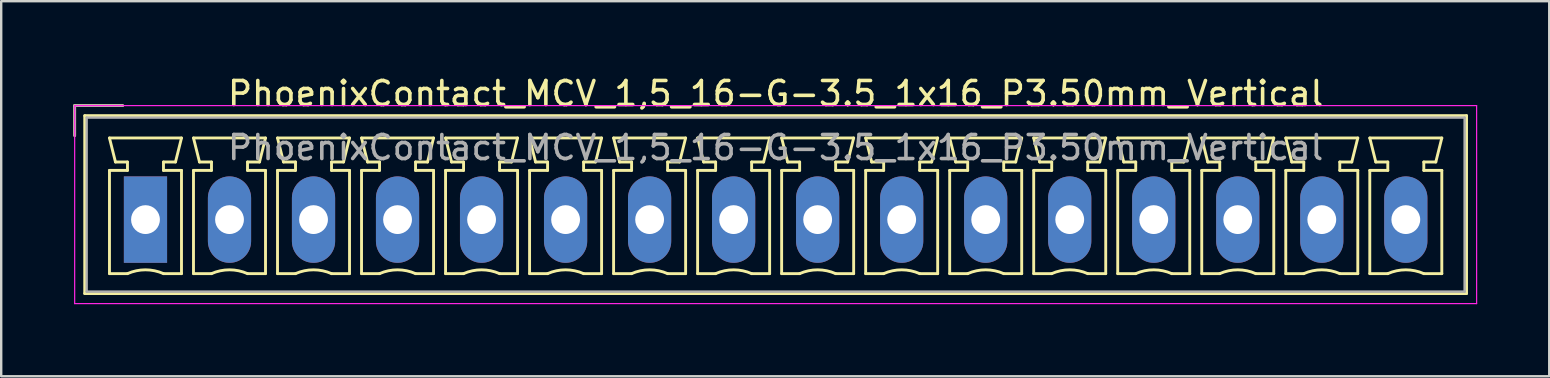
<source format=kicad_pcb>
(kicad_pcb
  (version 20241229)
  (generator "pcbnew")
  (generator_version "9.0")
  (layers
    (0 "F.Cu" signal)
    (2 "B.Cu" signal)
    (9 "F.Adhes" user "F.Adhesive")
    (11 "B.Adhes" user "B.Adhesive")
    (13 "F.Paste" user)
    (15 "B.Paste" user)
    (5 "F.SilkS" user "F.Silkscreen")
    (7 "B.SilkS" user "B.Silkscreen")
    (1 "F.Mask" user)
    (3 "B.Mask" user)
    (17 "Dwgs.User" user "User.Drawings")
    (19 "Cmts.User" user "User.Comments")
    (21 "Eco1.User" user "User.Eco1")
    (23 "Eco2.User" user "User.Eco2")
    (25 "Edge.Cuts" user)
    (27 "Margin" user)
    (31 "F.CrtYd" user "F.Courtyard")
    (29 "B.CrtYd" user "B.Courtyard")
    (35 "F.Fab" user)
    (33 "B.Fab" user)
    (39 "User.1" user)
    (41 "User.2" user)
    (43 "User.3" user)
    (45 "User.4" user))
  (footprint "PhoenixContact_MCV_1,5_16-G-3.5_1x16_P3.50mm_Vertical"
    (layer "F.Cu")
    (at 3.01 6.098)
    (property "Reference" "PhoenixContact_MCV_1,5_16-G-3.5_1x16_P3.50mm_Vertical" (at 26.25 -5.25 0) (layer "F.SilkS") (effects (font (size 1 1) (thickness 0.15))))
    (attr through_hole)
    (fp_line (start -2.95 -4.75) (end -0.95 -4.75) (stroke (width 0.12) (type solid)) (layer "F.SilkS"))
    (fp_line (start -2.95 -3.5) (end -2.95 -4.75) (stroke (width 0.12) (type solid)) (layer "F.SilkS"))
    (fp_line (start -2.53 -4.33) (end -2.53 3.08) (stroke (width 0.12) (type solid)) (layer "F.SilkS"))
    (fp_line (start -2.53 3.08) (end 55.03 3.08) (stroke (width 0.12) (type solid)) (layer "F.SilkS"))
    (fp_line (start -1.5 -3.4) (end 1.5 -3.4) (stroke (width 0.12) (type solid)) (layer "F.SilkS"))
    (fp_line (start -1.5 -2.05) (end -0.75 -2.05) (stroke (width 0.12) (type solid)) (layer "F.SilkS"))
    (fp_line (start -1.5 2.25) (end -1.5 -2.05) (stroke (width 0.12) (type solid)) (layer "F.SilkS"))
    (fp_line (start -1.25 -2.4) (end -1.5 -3.4) (stroke (width 0.12) (type solid)) (layer "F.SilkS"))
    (fp_line (start -0.75 -2.4) (end -1.25 -2.4) (stroke (width 0.12) (type solid)) (layer "F.SilkS"))
    (fp_line (start -0.75 -2.05) (end -0.75 -2.4) (stroke (width 0.12) (type solid)) (layer "F.SilkS"))
    (fp_line (start -0.75 2.25) (end -1.5 2.25) (stroke (width 0.12) (type solid)) (layer "F.SilkS"))
    (fp_line (start 0.75 -2.4) (end 0.75 -2.05) (stroke (width 0.12) (type solid)) (layer "F.SilkS"))
    (fp_line (start 0.75 -2.05) (end 1.5 -2.05) (stroke (width 0.12) (type solid)) (layer "F.SilkS"))
    (fp_line (start 1.25 -2.4) (end 0.75 -2.4) (stroke (width 0.12) (type solid)) (layer "F.SilkS"))
    (fp_line (start 1.5 -3.4) (end 1.25 -2.4) (stroke (width 0.12) (type solid)) (layer "F.SilkS"))
    (fp_line (start 1.5 -2.05) (end 1.5 2.25) (stroke (width 0.12) (type solid)) (layer "F.SilkS"))
    (fp_line (start 1.5 2.25) (end 0.75 2.25) (stroke (width 0.12) (type solid)) (layer "F.SilkS"))
    (fp_line (start 2 -3.4) (end 5 -3.4) (stroke (width 0.12) (type solid)) (layer "F.SilkS"))
    (fp_line (start 2 -2.05) (end 2.75 -2.05) (stroke (width 0.12) (type solid)) (layer "F.SilkS"))
    (fp_line (start 2 2.25) (end 2 -2.05) (stroke (width 0.12) (type solid)) (layer "F.SilkS"))
    (fp_line (start 2.25 -2.4) (end 2 -3.4) (stroke (width 0.12) (type solid)) (layer "F.SilkS"))
    (fp_line (start 2.75 -2.4) (end 2.25 -2.4) (stroke (width 0.12) (type solid)) (layer "F.SilkS"))
    (fp_line (start 2.75 -2.05) (end 2.75 -2.4) (stroke (width 0.12) (type solid)) (layer "F.SilkS"))
    (fp_line (start 2.75 2.25) (end 2 2.25) (stroke (width 0.12) (type solid)) (layer "F.SilkS"))
    (fp_line (start 4.25 -2.4) (end 4.25 -2.05) (stroke (width 0.12) (type solid)) (layer "F.SilkS"))
    (fp_line (start 4.25 -2.05) (end 5 -2.05) (stroke (width 0.12) (type solid)) (layer "F.SilkS"))
    (fp_line (start 4.75 -2.4) (end 4.25 -2.4) (stroke (width 0.12) (type solid)) (layer "F.SilkS"))
    (fp_line (start 5 -3.4) (end 4.75 -2.4) (stroke (width 0.12) (type solid)) (layer "F.SilkS"))
    (fp_line (start 5 -2.05) (end 5 2.25) (stroke (width 0.12) (type solid)) (layer "F.SilkS"))
    (fp_line (start 5 2.25) (end 4.25 2.25) (stroke (width 0.12) (type solid)) (layer "F.SilkS"))
    (fp_line (start 5.5 -3.4) (end 8.5 -3.4) (stroke (width 0.12) (type solid)) (layer "F.SilkS"))
    (fp_line (start 5.5 -2.05) (end 6.25 -2.05) (stroke (width 0.12) (type solid)) (layer "F.SilkS"))
    (fp_line (start 5.5 2.25) (end 5.5 -2.05) (stroke (width 0.12) (type solid)) (layer "F.SilkS"))
    (fp_line (start 5.75 -2.4) (end 5.5 -3.4) (stroke (width 0.12) (type solid)) (layer "F.SilkS"))
    (fp_line (start 6.25 -2.4) (end 5.75 -2.4) (stroke (width 0.12) (type solid)) (layer "F.SilkS"))
    (fp_line (start 6.25 -2.05) (end 6.25 -2.4) (stroke (width 0.12) (type solid)) (layer "F.SilkS"))
    (fp_line (start 6.25 2.25) (end 5.5 2.25) (stroke (width 0.12) (type solid)) (layer "F.SilkS"))
    (fp_line (start 7.75 -2.4) (end 7.75 -2.05) (stroke (width 0.12) (type solid)) (layer "F.SilkS"))
    (fp_line (start 7.75 -2.05) (end 8.5 -2.05) (stroke (width 0.12) (type solid)) (layer "F.SilkS"))
    (fp_line (start 8.25 -2.4) (end 7.75 -2.4) (stroke (width 0.12) (type solid)) (layer "F.SilkS"))
    (fp_line (start 8.5 -3.4) (end 8.25 -2.4) (stroke (width 0.12) (type solid)) (layer "F.SilkS"))
    (fp_line (start 8.5 -2.05) (end 8.5 2.25) (stroke (width 0.12) (type solid)) (layer "F.SilkS"))
    (fp_line (start 8.5 2.25) (end 7.75 2.25) (stroke (width 0.12) (type solid)) (layer "F.SilkS"))
    (fp_line (start 9 -3.4) (end 12 -3.4) (stroke (width 0.12) (type solid)) (layer "F.SilkS"))
    (fp_line (start 9 -2.05) (end 9.75 -2.05) (stroke (width 0.12) (type solid)) (layer "F.SilkS"))
    (fp_line (start 9 2.25) (end 9 -2.05) (stroke (width 0.12) (type solid)) (layer "F.SilkS"))
    (fp_line (start 9.25 -2.4) (end 9 -3.4) (stroke (width 0.12) (type solid)) (layer "F.SilkS"))
    (fp_line (start 9.75 -2.4) (end 9.25 -2.4) (stroke (width 0.12) (type solid)) (layer "F.SilkS"))
    (fp_line (start 9.75 -2.05) (end 9.75 -2.4) (stroke (width 0.12) (type solid)) (layer "F.SilkS"))
    (fp_line (start 9.75 2.25) (end 9 2.25) (stroke (width 0.12) (type solid)) (layer "F.SilkS"))
    (fp_line (start 11.25 -2.4) (end 11.25 -2.05) (stroke (width 0.12) (type solid)) (layer "F.SilkS"))
    (fp_line (start 11.25 -2.05) (end 12 -2.05) (stroke (width 0.12) (type solid)) (layer "F.SilkS"))
    (fp_line (start 11.75 -2.4) (end 11.25 -2.4) (stroke (width 0.12) (type solid)) (layer "F.SilkS"))
    (fp_line (start 12 -3.4) (end 11.75 -2.4) (stroke (width 0.12) (type solid)) (layer "F.SilkS"))
    (fp_line (start 12 -2.05) (end 12 2.25) (stroke (width 0.12) (type solid)) (layer "F.SilkS"))
    (fp_line (start 12 2.25) (end 11.25 2.25) (stroke (width 0.12) (type solid)) (layer "F.SilkS"))
    (fp_line (start 12.5 -3.4) (end 15.5 -3.4) (stroke (width 0.12) (type solid)) (layer "F.SilkS"))
    (fp_line (start 12.5 -2.05) (end 13.25 -2.05) (stroke (width 0.12) (type solid)) (layer "F.SilkS"))
    (fp_line (start 12.5 2.25) (end 12.5 -2.05) (stroke (width 0.12) (type solid)) (layer "F.SilkS"))
    (fp_line (start 12.75 -2.4) (end 12.5 -3.4) (stroke (width 0.12) (type solid)) (layer "F.SilkS"))
    (fp_line (start 13.25 -2.4) (end 12.75 -2.4) (stroke (width 0.12) (type solid)) (layer "F.SilkS"))
    (fp_line (start 13.25 -2.05) (end 13.25 -2.4) (stroke (width 0.12) (type solid)) (layer "F.SilkS"))
    (fp_line (start 13.25 2.25) (end 12.5 2.25) (stroke (width 0.12) (type solid)) (layer "F.SilkS"))
    (fp_line (start 14.75 -2.4) (end 14.75 -2.05) (stroke (width 0.12) (type solid)) (layer "F.SilkS"))
    (fp_line (start 14.75 -2.05) (end 15.5 -2.05) (stroke (width 0.12) (type solid)) (layer "F.SilkS"))
    (fp_line (start 15.25 -2.4) (end 14.75 -2.4) (stroke (width 0.12) (type solid)) (layer "F.SilkS"))
    (fp_line (start 15.5 -3.4) (end 15.25 -2.4) (stroke (width 0.12) (type solid)) (layer "F.SilkS"))
    (fp_line (start 15.5 -2.05) (end 15.5 2.25) (stroke (width 0.12) (type solid)) (layer "F.SilkS"))
    (fp_line (start 15.5 2.25) (end 14.75 2.25) (stroke (width 0.12) (type solid)) (layer "F.SilkS"))
    (fp_line (start 16 -3.4) (end 19 -3.4) (stroke (width 0.12) (type solid)) (layer "F.SilkS"))
    (fp_line (start 16 -2.05) (end 16.75 -2.05) (stroke (width 0.12) (type solid)) (layer "F.SilkS"))
    (fp_line (start 16 2.25) (end 16 -2.05) (stroke (width 0.12) (type solid)) (layer "F.SilkS"))
    (fp_line (start 16.25 -2.4) (end 16 -3.4) (stroke (width 0.12) (type solid)) (layer "F.SilkS"))
    (fp_line (start 16.75 -2.4) (end 16.25 -2.4) (stroke (width 0.12) (type solid)) (layer "F.SilkS"))
    (fp_line (start 16.75 -2.05) (end 16.75 -2.4) (stroke (width 0.12) (type solid)) (layer "F.SilkS"))
    (fp_line (start 16.75 2.25) (end 16 2.25) (stroke (width 0.12) (type solid)) (layer "F.SilkS"))
    (fp_line (start 18.25 -2.4) (end 18.25 -2.05) (stroke (width 0.12) (type solid)) (layer "F.SilkS"))
    (fp_line (start 18.25 -2.05) (end 19 -2.05) (stroke (width 0.12) (type solid)) (layer "F.SilkS"))
    (fp_line (start 18.75 -2.4) (end 18.25 -2.4) (stroke (width 0.12) (type solid)) (layer "F.SilkS"))
    (fp_line (start 19 -3.4) (end 18.75 -2.4) (stroke (width 0.12) (type solid)) (layer "F.SilkS"))
    (fp_line (start 19 -2.05) (end 19 2.25) (stroke (width 0.12) (type solid)) (layer "F.SilkS"))
    (fp_line (start 19 2.25) (end 18.25 2.25) (stroke (width 0.12) (type solid)) (layer "F.SilkS"))
    (fp_line (start 19.5 -3.4) (end 22.5 -3.4) (stroke (width 0.12) (type solid)) (layer "F.SilkS"))
    (fp_line (start 19.5 -2.05) (end 20.25 -2.05) (stroke (width 0.12) (type solid)) (layer "F.SilkS"))
    (fp_line (start 19.5 2.25) (end 19.5 -2.05) (stroke (width 0.12) (type solid)) (layer "F.SilkS"))
    (fp_line (start 19.75 -2.4) (end 19.5 -3.4) (stroke (width 0.12) (type solid)) (layer "F.SilkS"))
    (fp_line (start 20.25 -2.4) (end 19.75 -2.4) (stroke (width 0.12) (type solid)) (layer "F.SilkS"))
    (fp_line (start 20.25 -2.05) (end 20.25 -2.4) (stroke (width 0.12) (type solid)) (layer "F.SilkS"))
    (fp_line (start 20.25 2.25) (end 19.5 2.25) (stroke (width 0.12) (type solid)) (layer "F.SilkS"))
    (fp_line (start 21.75 -2.4) (end 21.75 -2.05) (stroke (width 0.12) (type solid)) (layer "F.SilkS"))
    (fp_line (start 21.75 -2.05) (end 22.5 -2.05) (stroke (width 0.12) (type solid)) (layer "F.SilkS"))
    (fp_line (start 22.25 -2.4) (end 21.75 -2.4) (stroke (width 0.12) (type solid)) (layer "F.SilkS"))
    (fp_line (start 22.5 -3.4) (end 22.25 -2.4) (stroke (width 0.12) (type solid)) (layer "F.SilkS"))
    (fp_line (start 22.5 -2.05) (end 22.5 2.25) (stroke (width 0.12) (type solid)) (layer "F.SilkS"))
    (fp_line (start 22.5 2.25) (end 21.75 2.25) (stroke (width 0.12) (type solid)) (layer "F.SilkS"))
    (fp_line (start 23 -3.4) (end 26 -3.4) (stroke (width 0.12) (type solid)) (layer "F.SilkS"))
    (fp_line (start 23 -2.05) (end 23.75 -2.05) (stroke (width 0.12) (type solid)) (layer "F.SilkS"))
    (fp_line (start 23 2.25) (end 23 -2.05) (stroke (width 0.12) (type solid)) (layer "F.SilkS"))
    (fp_line (start 23.25 -2.4) (end 23 -3.4) (stroke (width 0.12) (type solid)) (layer "F.SilkS"))
    (fp_line (start 23.75 -2.4) (end 23.25 -2.4) (stroke (width 0.12) (type solid)) (layer "F.SilkS"))
    (fp_line (start 23.75 -2.05) (end 23.75 -2.4) (stroke (width 0.12) (type solid)) (layer "F.SilkS"))
    (fp_line (start 23.75 2.25) (end 23 2.25) (stroke (width 0.12) (type solid)) (layer "F.SilkS"))
    (fp_line (start 25.25 -2.4) (end 25.25 -2.05) (stroke (width 0.12) (type solid)) (layer "F.SilkS"))
    (fp_line (start 25.25 -2.05) (end 26 -2.05) (stroke (width 0.12) (type solid)) (layer "F.SilkS"))
    (fp_line (start 25.75 -2.4) (end 25.25 -2.4) (stroke (width 0.12) (type solid)) (layer "F.SilkS"))
    (fp_line (start 26 -3.4) (end 25.75 -2.4) (stroke (width 0.12) (type solid)) (layer "F.SilkS"))
    (fp_line (start 26 -2.05) (end 26 2.25) (stroke (width 0.12) (type solid)) (layer "F.SilkS"))
    (fp_line (start 26 2.25) (end 25.25 2.25) (stroke (width 0.12) (type solid)) (layer "F.SilkS"))
    (fp_line (start 26.5 -3.4) (end 29.5 -3.4) (stroke (width 0.12) (type solid)) (layer "F.SilkS"))
    (fp_line (start 26.5 -2.05) (end 27.25 -2.05) (stroke (width 0.12) (type solid)) (layer "F.SilkS"))
    (fp_line (start 26.5 2.25) (end 26.5 -2.05) (stroke (width 0.12) (type solid)) (layer "F.SilkS"))
    (fp_line (start 26.75 -2.4) (end 26.5 -3.4) (stroke (width 0.12) (type solid)) (layer "F.SilkS"))
    (fp_line (start 27.25 -2.4) (end 26.75 -2.4) (stroke (width 0.12) (type solid)) (layer "F.SilkS"))
    (fp_line (start 27.25 -2.05) (end 27.25 -2.4) (stroke (width 0.12) (type solid)) (layer "F.SilkS"))
    (fp_line (start 27.25 2.25) (end 26.5 2.25) (stroke (width 0.12) (type solid)) (layer "F.SilkS"))
    (fp_line (start 28.75 -2.4) (end 28.75 -2.05) (stroke (width 0.12) (type solid)) (layer "F.SilkS"))
    (fp_line (start 28.75 -2.05) (end 29.5 -2.05) (stroke (width 0.12) (type solid)) (layer "F.SilkS"))
    (fp_line (start 29.25 -2.4) (end 28.75 -2.4) (stroke (width 0.12) (type solid)) (layer "F.SilkS"))
    (fp_line (start 29.5 -3.4) (end 29.25 -2.4) (stroke (width 0.12) (type solid)) (layer "F.SilkS"))
    (fp_line (start 29.5 -2.05) (end 29.5 2.25) (stroke (width 0.12) (type solid)) (layer "F.SilkS"))
    (fp_line (start 29.5 2.25) (end 28.75 2.25) (stroke (width 0.12) (type solid)) (layer "F.SilkS"))
    (fp_line (start 30 -3.4) (end 33 -3.4) (stroke (width 0.12) (type solid)) (layer "F.SilkS"))
    (fp_line (start 30 -2.05) (end 30.75 -2.05) (stroke (width 0.12) (type solid)) (layer "F.SilkS"))
    (fp_line (start 30 2.25) (end 30 -2.05) (stroke (width 0.12) (type solid)) (layer "F.SilkS"))
    (fp_line (start 30.25 -2.4) (end 30 -3.4) (stroke (width 0.12) (type solid)) (layer "F.SilkS"))
    (fp_line (start 30.75 -2.4) (end 30.25 -2.4) (stroke (width 0.12) (type solid)) (layer "F.SilkS"))
    (fp_line (start 30.75 -2.05) (end 30.75 -2.4) (stroke (width 0.12) (type solid)) (layer "F.SilkS"))
    (fp_line (start 30.75 2.25) (end 30 2.25) (stroke (width 0.12) (type solid)) (layer "F.SilkS"))
    (fp_line (start 32.25 -2.4) (end 32.25 -2.05) (stroke (width 0.12) (type solid)) (layer "F.SilkS"))
    (fp_line (start 32.25 -2.05) (end 33 -2.05) (stroke (width 0.12) (type solid)) (layer "F.SilkS"))
    (fp_line (start 32.75 -2.4) (end 32.25 -2.4) (stroke (width 0.12) (type solid)) (layer "F.SilkS"))
    (fp_line (start 33 -3.4) (end 32.75 -2.4) (stroke (width 0.12) (type solid)) (layer "F.SilkS"))
    (fp_line (start 33 -2.05) (end 33 2.25) (stroke (width 0.12) (type solid)) (layer "F.SilkS"))
    (fp_line (start 33 2.25) (end 32.25 2.25) (stroke (width 0.12) (type solid)) (layer "F.SilkS"))
    (fp_line (start 33.5 -3.4) (end 36.5 -3.4) (stroke (width 0.12) (type solid)) (layer "F.SilkS"))
    (fp_line (start 33.5 -2.05) (end 34.25 -2.05) (stroke (width 0.12) (type solid)) (layer "F.SilkS"))
    (fp_line (start 33.5 2.25) (end 33.5 -2.05) (stroke (width 0.12) (type solid)) (layer "F.SilkS"))
    (fp_line (start 33.75 -2.4) (end 33.5 -3.4) (stroke (width 0.12) (type solid)) (layer "F.SilkS"))
    (fp_line (start 34.25 -2.4) (end 33.75 -2.4) (stroke (width 0.12) (type solid)) (layer "F.SilkS"))
    (fp_line (start 34.25 -2.05) (end 34.25 -2.4) (stroke (width 0.12) (type solid)) (layer "F.SilkS"))
    (fp_line (start 34.25 2.25) (end 33.5 2.25) (stroke (width 0.12) (type solid)) (layer "F.SilkS"))
    (fp_line (start 35.75 -2.4) (end 35.75 -2.05) (stroke (width 0.12) (type solid)) (layer "F.SilkS"))
    (fp_line (start 35.75 -2.05) (end 36.5 -2.05) (stroke (width 0.12) (type solid)) (layer "F.SilkS"))
    (fp_line (start 36.25 -2.4) (end 35.75 -2.4) (stroke (width 0.12) (type solid)) (layer "F.SilkS"))
    (fp_line (start 36.5 -3.4) (end 36.25 -2.4) (stroke (width 0.12) (type solid)) (layer "F.SilkS"))
    (fp_line (start 36.5 -2.05) (end 36.5 2.25) (stroke (width 0.12) (type solid)) (layer "F.SilkS"))
    (fp_line (start 36.5 2.25) (end 35.75 2.25) (stroke (width 0.12) (type solid)) (layer "F.SilkS"))
    (fp_line (start 37 -3.4) (end 40 -3.4) (stroke (width 0.12) (type solid)) (layer "F.SilkS"))
    (fp_line (start 37 -2.05) (end 37.75 -2.05) (stroke (width 0.12) (type solid)) (layer "F.SilkS"))
    (fp_line (start 37 2.25) (end 37 -2.05) (stroke (width 0.12) (type solid)) (layer "F.SilkS"))
    (fp_line (start 37.25 -2.4) (end 37 -3.4) (stroke (width 0.12) (type solid)) (layer "F.SilkS"))
    (fp_line (start 37.75 -2.4) (end 37.25 -2.4) (stroke (width 0.12) (type solid)) (layer "F.SilkS"))
    (fp_line (start 37.75 -2.05) (end 37.75 -2.4) (stroke (width 0.12) (type solid)) (layer "F.SilkS"))
    (fp_line (start 37.75 2.25) (end 37 2.25) (stroke (width 0.12) (type solid)) (layer "F.SilkS"))
    (fp_line (start 39.25 -2.4) (end 39.25 -2.05) (stroke (width 0.12) (type solid)) (layer "F.SilkS"))
    (fp_line (start 39.25 -2.05) (end 40 -2.05) (stroke (width 0.12) (type solid)) (layer "F.SilkS"))
    (fp_line (start 39.75 -2.4) (end 39.25 -2.4) (stroke (width 0.12) (type solid)) (layer "F.SilkS"))
    (fp_line (start 40 -3.4) (end 39.75 -2.4) (stroke (width 0.12) (type solid)) (layer "F.SilkS"))
    (fp_line (start 40 -2.05) (end 40 2.25) (stroke (width 0.12) (type solid)) (layer "F.SilkS"))
    (fp_line (start 40 2.25) (end 39.25 2.25) (stroke (width 0.12) (type solid)) (layer "F.SilkS"))
    (fp_line (start 40.5 -3.4) (end 43.5 -3.4) (stroke (width 0.12) (type solid)) (layer "F.SilkS"))
    (fp_line (start 40.5 -2.05) (end 41.25 -2.05) (stroke (width 0.12) (type solid)) (layer "F.SilkS"))
    (fp_line (start 40.5 2.25) (end 40.5 -2.05) (stroke (width 0.12) (type solid)) (layer "F.SilkS"))
    (fp_line (start 40.75 -2.4) (end 40.5 -3.4) (stroke (width 0.12) (type solid)) (layer "F.SilkS"))
    (fp_line (start 41.25 -2.4) (end 40.75 -2.4) (stroke (width 0.12) (type solid)) (layer "F.SilkS"))
    (fp_line (start 41.25 -2.05) (end 41.25 -2.4) (stroke (width 0.12) (type solid)) (layer "F.SilkS"))
    (fp_line (start 41.25 2.25) (end 40.5 2.25) (stroke (width 0.12) (type solid)) (layer "F.SilkS"))
    (fp_line (start 42.75 -2.4) (end 42.75 -2.05) (stroke (width 0.12) (type solid)) (layer "F.SilkS"))
    (fp_line (start 42.75 -2.05) (end 43.5 -2.05) (stroke (width 0.12) (type solid)) (layer "F.SilkS"))
    (fp_line (start 43.25 -2.4) (end 42.75 -2.4) (stroke (width 0.12) (type solid)) (layer "F.SilkS"))
    (fp_line (start 43.5 -3.4) (end 43.25 -2.4) (stroke (width 0.12) (type solid)) (layer "F.SilkS"))
    (fp_line (start 43.5 -2.05) (end 43.5 2.25) (stroke (width 0.12) (type solid)) (layer "F.SilkS"))
    (fp_line (start 43.5 2.25) (end 42.75 2.25) (stroke (width 0.12) (type solid)) (layer "F.SilkS"))
    (fp_line (start 44 -3.4) (end 47 -3.4) (stroke (width 0.12) (type solid)) (layer "F.SilkS"))
    (fp_line (start 44 -2.05) (end 44.75 -2.05) (stroke (width 0.12) (type solid)) (layer "F.SilkS"))
    (fp_line (start 44 2.25) (end 44 -2.05) (stroke (width 0.12) (type solid)) (layer "F.SilkS"))
    (fp_line (start 44.25 -2.4) (end 44 -3.4) (stroke (width 0.12) (type solid)) (layer "F.SilkS"))
    (fp_line (start 44.75 -2.4) (end 44.25 -2.4) (stroke (width 0.12) (type solid)) (layer "F.SilkS"))
    (fp_line (start 44.75 -2.05) (end 44.75 -2.4) (stroke (width 0.12) (type solid)) (layer "F.SilkS"))
    (fp_line (start 44.75 2.25) (end 44 2.25) (stroke (width 0.12) (type solid)) (layer "F.SilkS"))
    (fp_line (start 46.25 -2.4) (end 46.25 -2.05) (stroke (width 0.12) (type solid)) (layer "F.SilkS"))
    (fp_line (start 46.25 -2.05) (end 47 -2.05) (stroke (width 0.12) (type solid)) (layer "F.SilkS"))
    (fp_line (start 46.75 -2.4) (end 46.25 -2.4) (stroke (width 0.12) (type solid)) (layer "F.SilkS"))
    (fp_line (start 47 -3.4) (end 46.75 -2.4) (stroke (width 0.12) (type solid)) (layer "F.SilkS"))
    (fp_line (start 47 -2.05) (end 47 2.25) (stroke (width 0.12) (type solid)) (layer "F.SilkS"))
    (fp_line (start 47 2.25) (end 46.25 2.25) (stroke (width 0.12) (type solid)) (layer "F.SilkS"))
    (fp_line (start 47.5 -3.4) (end 50.5 -3.4) (stroke (width 0.12) (type solid)) (layer "F.SilkS"))
    (fp_line (start 47.5 -2.05) (end 48.25 -2.05) (stroke (width 0.12) (type solid)) (layer "F.SilkS"))
    (fp_line (start 47.5 2.25) (end 47.5 -2.05) (stroke (width 0.12) (type solid)) (layer "F.SilkS"))
    (fp_line (start 47.75 -2.4) (end 47.5 -3.4) (stroke (width 0.12) (type solid)) (layer "F.SilkS"))
    (fp_line (start 48.25 -2.4) (end 47.75 -2.4) (stroke (width 0.12) (type solid)) (layer "F.SilkS"))
    (fp_line (start 48.25 -2.05) (end 48.25 -2.4) (stroke (width 0.12) (type solid)) (layer "F.SilkS"))
    (fp_line (start 48.25 2.25) (end 47.5 2.25) (stroke (width 0.12) (type solid)) (layer "F.SilkS"))
    (fp_line (start 49.75 -2.4) (end 49.75 -2.05) (stroke (width 0.12) (type solid)) (layer "F.SilkS"))
    (fp_line (start 49.75 -2.05) (end 50.5 -2.05) (stroke (width 0.12) (type solid)) (layer "F.SilkS"))
    (fp_line (start 50.25 -2.4) (end 49.75 -2.4) (stroke (width 0.12) (type solid)) (layer "F.SilkS"))
    (fp_line (start 50.5 -3.4) (end 50.25 -2.4) (stroke (width 0.12) (type solid)) (layer "F.SilkS"))
    (fp_line (start 50.5 -2.05) (end 50.5 2.25) (stroke (width 0.12) (type solid)) (layer "F.SilkS"))
    (fp_line (start 50.5 2.25) (end 49.75 2.25) (stroke (width 0.12) (type solid)) (layer "F.SilkS"))
    (fp_line (start 51 -3.4) (end 54 -3.4) (stroke (width 0.12) (type solid)) (layer "F.SilkS"))
    (fp_line (start 51 -2.05) (end 51.75 -2.05) (stroke (width 0.12) (type solid)) (layer "F.SilkS"))
    (fp_line (start 51 2.25) (end 51 -2.05) (stroke (width 0.12) (type solid)) (layer "F.SilkS"))
    (fp_line (start 51.25 -2.4) (end 51 -3.4) (stroke (width 0.12) (type solid)) (layer "F.SilkS"))
    (fp_line (start 51.75 -2.4) (end 51.25 -2.4) (stroke (width 0.12) (type solid)) (layer "F.SilkS"))
    (fp_line (start 51.75 -2.05) (end 51.75 -2.4) (stroke (width 0.12) (type solid)) (layer "F.SilkS"))
    (fp_line (start 51.75 2.25) (end 51 2.25) (stroke (width 0.12) (type solid)) (layer "F.SilkS"))
    (fp_line (start 53.25 -2.4) (end 53.25 -2.05) (stroke (width 0.12) (type solid)) (layer "F.SilkS"))
    (fp_line (start 53.25 -2.05) (end 54 -2.05) (stroke (width 0.12) (type solid)) (layer "F.SilkS"))
    (fp_line (start 53.75 -2.4) (end 53.25 -2.4) (stroke (width 0.12) (type solid)) (layer "F.SilkS"))
    (fp_line (start 54 -3.4) (end 53.75 -2.4) (stroke (width 0.12) (type solid)) (layer "F.SilkS"))
    (fp_line (start 54 -2.05) (end 54 2.25) (stroke (width 0.12) (type solid)) (layer "F.SilkS"))
    (fp_line (start 54 2.25) (end 53.25 2.25) (stroke (width 0.12) (type solid)) (layer "F.SilkS"))
    (fp_line (start 55.03 -4.33) (end -2.53 -4.33) (stroke (width 0.12) (type solid)) (layer "F.SilkS"))
    (fp_line (start 55.03 3.08) (end 55.03 -4.33) (stroke (width 0.12) (type solid)) (layer "F.SilkS"))
    (fp_arc (start -0.75 2.25) (mid -0.000193 2.09191) (end 0.749647 2.249844) (stroke (width 0.12) (type solid)) (layer "F.SilkS"))
    (fp_arc (start 2.75 2.25) (mid 3.499807 2.09191) (end 4.249647 2.249844) (stroke (width 0.12) (type solid)) (layer "F.SilkS"))
    (fp_arc (start 6.25 2.25) (mid 6.999807 2.09191) (end 7.749647 2.249844) (stroke (width 0.12) (type solid)) (layer "F.SilkS"))
    (fp_arc (start 9.75 2.25) (mid 10.499807 2.09191) (end 11.249647 2.249844) (stroke (width 0.12) (type solid)) (layer "F.SilkS"))
    (fp_arc (start 13.25 2.25) (mid 13.999807 2.09191) (end 14.749647 2.249844) (stroke (width 0.12) (type solid)) (layer "F.SilkS"))
    (fp_arc (start 16.75 2.25) (mid 17.499807 2.09191) (end 18.249647 2.249844) (stroke (width 0.12) (type solid)) (layer "F.SilkS"))
    (fp_arc (start 20.25 2.25) (mid 20.999807 2.09191) (end 21.749647 2.249844) (stroke (width 0.12) (type solid)) (layer "F.SilkS"))
    (fp_arc (start 23.75 2.25) (mid 24.499807 2.09191) (end 25.249647 2.249844) (stroke (width 0.12) (type solid)) (layer "F.SilkS"))
    (fp_arc (start 27.25 2.25) (mid 27.999807 2.09191) (end 28.749647 2.249844) (stroke (width 0.12) (type solid)) (layer "F.SilkS"))
    (fp_arc (start 30.75 2.25) (mid 31.499807 2.09191) (end 32.249647 2.249844) (stroke (width 0.12) (type solid)) (layer "F.SilkS"))
    (fp_arc (start 34.25 2.25) (mid 34.999807 2.09191) (end 35.749647 2.249844) (stroke (width 0.12) (type solid)) (layer "F.SilkS"))
    (fp_arc (start 37.75 2.25) (mid 38.499807 2.09191) (end 39.249647 2.249844) (stroke (width 0.12) (type solid)) (layer "F.SilkS"))
    (fp_arc (start 41.25 2.25) (mid 41.999807 2.09191) (end 42.749647 2.249844) (stroke (width 0.12) (type solid)) (layer "F.SilkS"))
    (fp_arc (start 44.75 2.25) (mid 45.499807 2.09191) (end 46.249647 2.249844) (stroke (width 0.12) (type solid)) (layer "F.SilkS"))
    (fp_arc (start 48.25 2.25) (mid 48.999807 2.09191) (end 49.749647 2.249844) (stroke (width 0.12) (type solid)) (layer "F.SilkS"))
    (fp_arc (start 51.75 2.25) (mid 52.499807 2.09191) (end 53.249647 2.249844) (stroke (width 0.12) (type solid)) (layer "F.SilkS"))
    (fp_line (start -2.95 -4.75) (end -2.95 3.5) (stroke (width 0.05) (type solid)) (layer "F.CrtYd"))
    (fp_line (start -2.95 3.5) (end 55.45 3.5) (stroke (width 0.05) (type solid)) (layer "F.CrtYd"))
    (fp_line (start 55.45 -4.75) (end -2.95 -4.75) (stroke (width 0.05) (type solid)) (layer "F.CrtYd"))
    (fp_line (start 55.45 3.5) (end 55.45 -4.75) (stroke (width 0.05) (type solid)) (layer "F.CrtYd"))
    (fp_line (start -2.95 -4.75) (end -0.95 -4.75) (stroke (width 0.1) (type solid)) (layer "F.Fab"))
    (fp_line (start -2.95 -3.5) (end -2.95 -4.75) (stroke (width 0.1) (type solid)) (layer "F.Fab"))
    (fp_line (start -2.45 -4.25) (end -2.45 3) (stroke (width 0.1) (type solid)) (layer "F.Fab"))
    (fp_line (start -2.45 3) (end 54.95 3) (stroke (width 0.1) (type solid)) (layer "F.Fab"))
    (fp_line (start 54.95 -4.25) (end -2.45 -4.25) (stroke (width 0.1) (type solid)) (layer "F.Fab"))
    (fp_line (start 54.95 3) (end 54.95 -4.25) (stroke (width 0.1) (type solid)) (layer "F.Fab"))
    (fp_text user "${REFERENCE}" (at 26.25 -3 0) (layer "F.Fab") (effects (font (size 1 1) (thickness 0.15))))
    (pad "1" thru_hole rect (at 0 0) (size 1.8 3.6) (drill 1.2) (layers "*.Cu" "*.Mask"))
    (pad "2" thru_hole oval (at 3.5 0) (size 1.8 3.6) (drill 1.2) (layers "*.Cu" "*.Mask"))
    (pad "3" thru_hole oval (at 7 0) (size 1.8 3.6) (drill 1.2) (layers "*.Cu" "*.Mask"))
    (pad "4" thru_hole oval (at 10.5 0) (size 1.8 3.6) (drill 1.2) (layers "*.Cu" "*.Mask"))
    (pad "5" thru_hole oval (at 14 0) (size 1.8 3.6) (drill 1.2) (layers "*.Cu" "*.Mask"))
    (pad "6" thru_hole oval (at 17.5 0) (size 1.8 3.6) (drill 1.2) (layers "*.Cu" "*.Mask"))
    (pad "7" thru_hole oval (at 21 0) (size 1.8 3.6) (drill 1.2) (layers "*.Cu" "*.Mask"))
    (pad "8" thru_hole oval (at 24.5 0) (size 1.8 3.6) (drill 1.2) (layers "*.Cu" "*.Mask"))
    (pad "9" thru_hole oval (at 28 0) (size 1.8 3.6) (drill 1.2) (layers "*.Cu" "*.Mask"))
    (pad "10" thru_hole oval (at 31.5 0) (size 1.8 3.6) (drill 1.2) (layers "*.Cu" "*.Mask"))
    (pad "11" thru_hole oval (at 35 0) (size 1.8 3.6) (drill 1.2) (layers "*.Cu" "*.Mask"))
    (pad "12" thru_hole oval (at 38.5 0) (size 1.8 3.6) (drill 1.2) (layers "*.Cu" "*.Mask"))
    (pad "13" thru_hole oval (at 42 0) (size 1.8 3.6) (drill 1.2) (layers "*.Cu" "*.Mask"))
    (pad "14" thru_hole oval (at 45.5 0) (size 1.8 3.6) (drill 1.2) (layers "*.Cu" "*.Mask"))
    (pad "15" thru_hole oval (at 49 0) (size 1.8 3.6) (drill 1.2) (layers "*.Cu" "*.Mask"))
    (pad "16" thru_hole oval (at 52.5 0) (size 1.8 3.6) (drill 1.2) (layers "*.Cu" "*.Mask")))
  (gr_rect
    (start -3 -3)
    (end 61.485 12.623)
    (stroke (width 0.1) (type default))
    (fill no)
    (layer "Edge.Cuts")))
</source>
